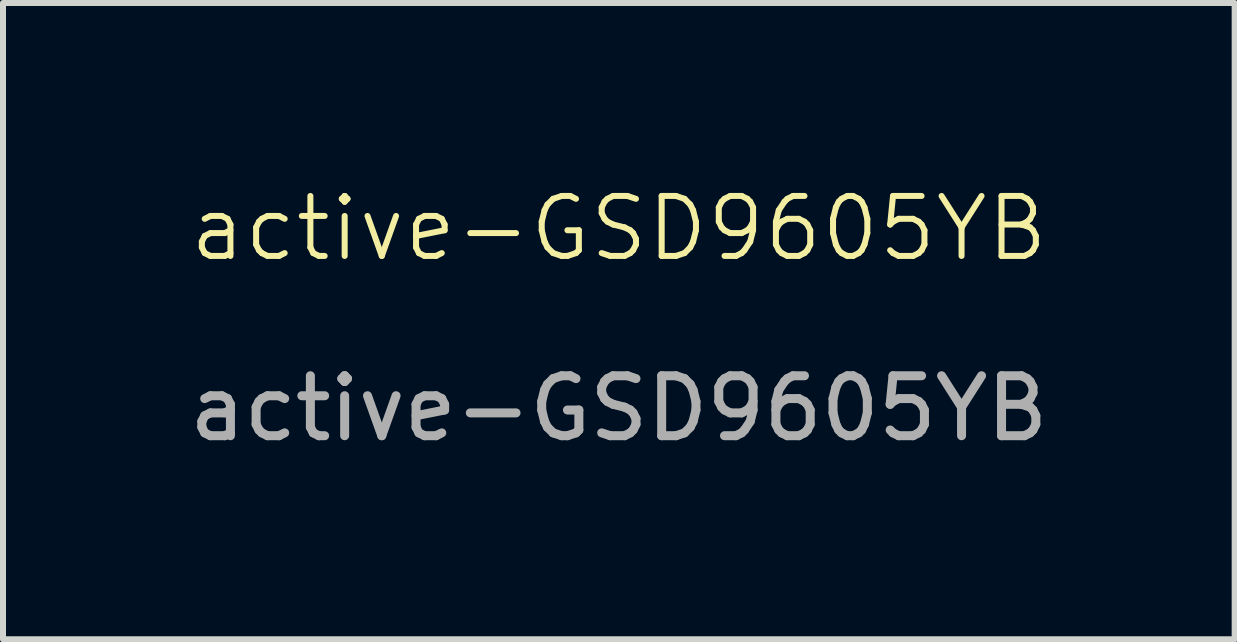
<source format=kicad_pcb>
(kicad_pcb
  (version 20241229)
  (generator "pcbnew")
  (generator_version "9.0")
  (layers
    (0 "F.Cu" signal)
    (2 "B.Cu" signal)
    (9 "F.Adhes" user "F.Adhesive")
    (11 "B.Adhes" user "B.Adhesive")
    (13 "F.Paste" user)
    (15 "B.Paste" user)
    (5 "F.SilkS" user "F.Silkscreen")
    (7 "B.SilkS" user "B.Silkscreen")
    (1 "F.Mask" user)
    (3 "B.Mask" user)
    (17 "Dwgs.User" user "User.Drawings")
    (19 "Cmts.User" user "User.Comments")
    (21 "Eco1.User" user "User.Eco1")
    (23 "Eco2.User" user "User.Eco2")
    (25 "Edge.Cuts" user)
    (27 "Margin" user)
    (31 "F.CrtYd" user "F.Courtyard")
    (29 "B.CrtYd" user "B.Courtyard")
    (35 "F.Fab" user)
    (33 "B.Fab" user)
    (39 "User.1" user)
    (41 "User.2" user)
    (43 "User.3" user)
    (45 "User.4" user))
  (footprint "active-GSD9605YB"
    (layer "F.Cu")
    (at 7.268 1.26)
    (property "Reference" "active-GSD9605YB" (at 0 -0.5 0) (unlocked yes) (layer "F.SilkS") (effects (font (size 1 1) (thickness 0.1))))
    (attr smd)
    (fp_text user "${REFERENCE}" (at 0 2.5 0) (unlocked yes) (layer "F.Fab") (effects (font (size 1 1) (thickness 0.15)))))
  (gr_rect
    (start -3 -3)
    (end 17.536 7.609)
    (stroke (width 0.1) (type default))
    (fill no)
    (layer "Edge.Cuts")))
</source>
